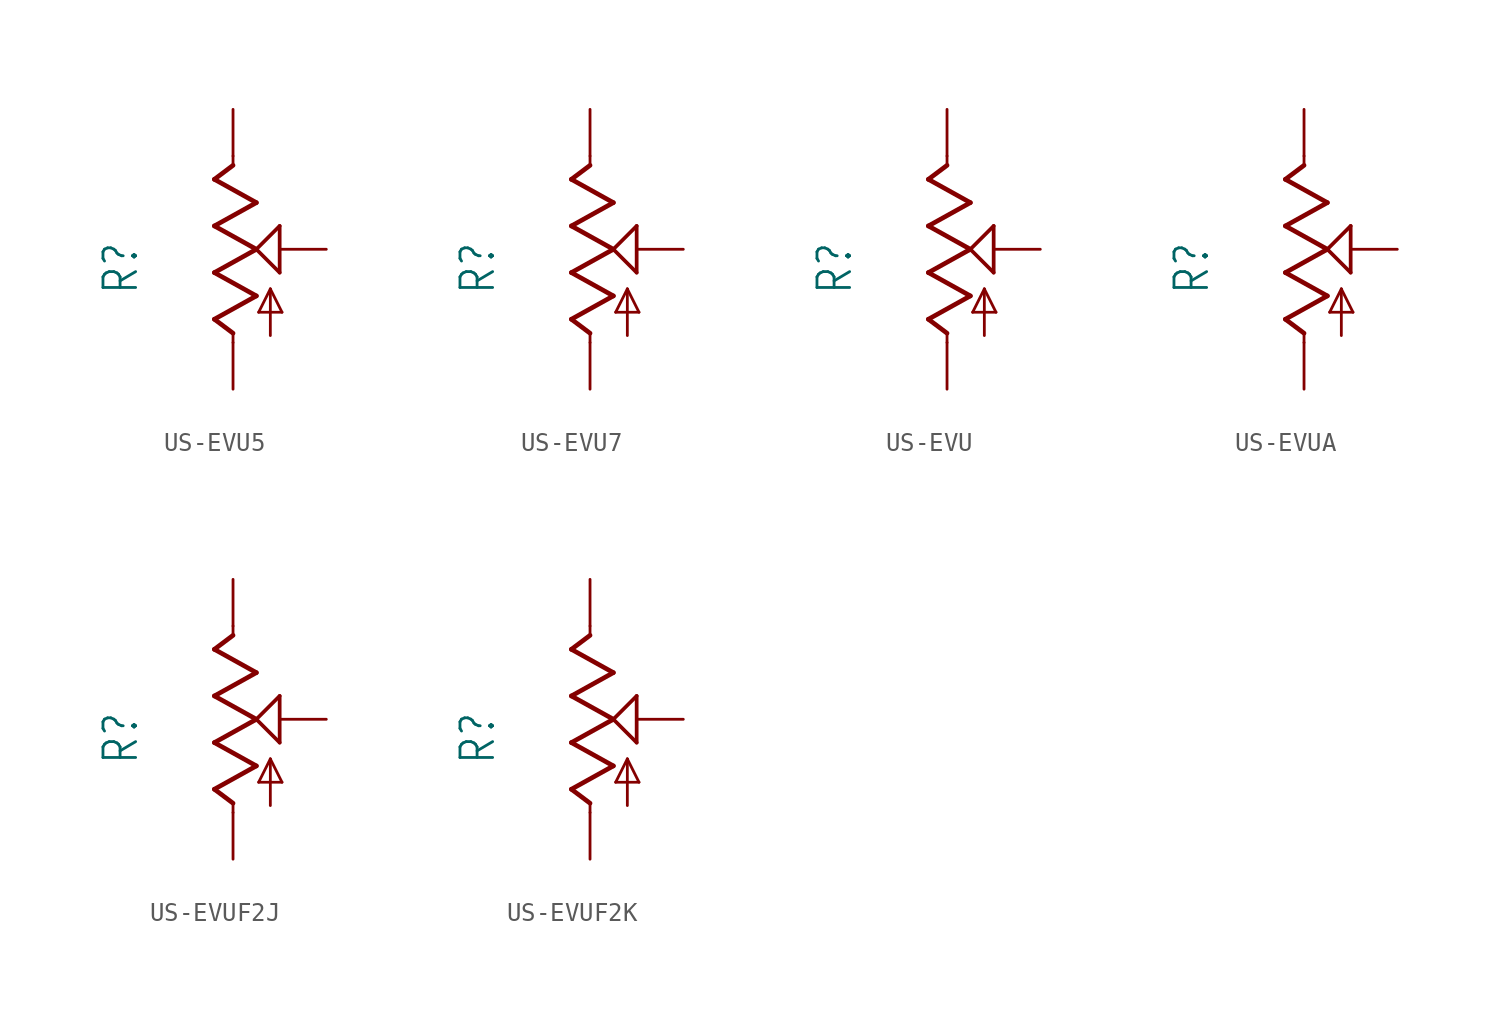
<source format=kicad_sym>
(kicad_symbol_lib
  (version 20220914)
  (generator kicad_symbol_editor)
  (symbol "US-EVU5"
    (property "Reference" "R"
      (at -5.08 -2.54 90)
      (effects (font (size 1.778 1.511)) (justify left bottom)))
    (property "Value" ""
      (at -2.54 -2.54 90)
      (effects (font (size 1.778 1.511)) (justify left bottom)))
    (property "ki_locked" ""
      (at 0 0 0)
      (effects (font (size 1.27 1.27))))
    (symbol "US-EVU5_1_0"
      (polyline (pts (xy -1.016 -3.81) (xy 1.27 -2.54)) (stroke (width 0.254) (type solid)) (fill (type none)))
      (polyline (pts (xy -1.016 -1.27) (xy 1.27 0)) (stroke (width 0.254) (type solid)) (fill (type none)))
      (polyline (pts (xy -1.016 1.27) (xy 1.27 2.54)) (stroke (width 0.254) (type solid)) (fill (type none)))
      (polyline (pts (xy -1.016 3.81) (xy 0 4.572)) (stroke (width 0.254) (type solid)) (fill (type none)))
      (polyline (pts (xy 0 -5.08) (xy 0 -4.572)) (stroke (width 0.152) (type solid)) (fill (type none)))
      (polyline (pts (xy 0 -4.572) (xy -1.016 -3.81)) (stroke (width 0.254) (type solid)) (fill (type none)))
      (polyline (pts (xy 0 4.572) (xy 0 5.08)) (stroke (width 0.152) (type solid)) (fill (type none)))
      (polyline (pts (xy 1.27 -2.54) (xy -1.016 -1.27)) (stroke (width 0.254) (type solid)) (fill (type none)))
      (polyline (pts (xy 1.27 0) (xy -1.016 1.27)) (stroke (width 0.254) (type solid)) (fill (type none)))
      (polyline (pts (xy 1.27 0) (xy 2.54 1.27)) (stroke (width 0.203) (type solid)) (fill (type none)))
      (polyline (pts (xy 1.27 2.54) (xy -1.016 3.81)) (stroke (width 0.254) (type solid)) (fill (type none)))
      (polyline (pts (xy 1.397 -3.429) (xy 2.032 -2.159)) (stroke (width 0.152) (type solid)) (fill (type none)))
      (polyline (pts (xy 2.032 -4.699) (xy 2.032 -2.159)) (stroke (width 0.152) (type solid)) (fill (type none)))
      (polyline (pts (xy 2.032 -2.159) (xy 2.667 -3.429)) (stroke (width 0.152) (type solid)) (fill (type none)))
      (polyline (pts (xy 2.54 -1.27) (xy 1.27 0)) (stroke (width 0.203) (type solid)) (fill (type none)))
      (polyline (pts (xy 2.54 1.27) (xy 2.54 -1.27)) (stroke (width 0.203) (type solid)) (fill (type none)))
      (polyline (pts (xy 2.667 -3.429) (xy 1.397 -3.429)) (stroke (width 0.152) (type solid)) (fill (type none)))
      (pin passive line (at 0 -7.62 90) (length 2.54) (name "A" (effects (font (size 0 0)))) (number "1" (effects (font (size 0 0)))))
      (pin passive line (at 5.08 0 180) (length 2.54) (name "S" (effects (font (size 0 0)))) (number "2" (effects (font (size 0 0)))))
      (pin passive line (at 0 7.62 270) (length 2.54) (name "E" (effects (font (size 0 0)))) (number "3" (effects (font (size 0 0)))))))
  (symbol "US-EVU7"
    (property "Reference" "R"
      (at -5.08 -2.54 90)
      (effects (font (size 1.778 1.511)) (justify left bottom)))
    (property "Value" ""
      (at -2.54 -2.54 90)
      (effects (font (size 1.778 1.511)) (justify left bottom)))
    (property "ki_locked" ""
      (at 0 0 0)
      (effects (font (size 1.27 1.27))))
    (symbol "US-EVU7_1_0"
      (polyline (pts (xy -1.016 -3.81) (xy 1.27 -2.54)) (stroke (width 0.254) (type solid)) (fill (type none)))
      (polyline (pts (xy -1.016 -1.27) (xy 1.27 0)) (stroke (width 0.254) (type solid)) (fill (type none)))
      (polyline (pts (xy -1.016 1.27) (xy 1.27 2.54)) (stroke (width 0.254) (type solid)) (fill (type none)))
      (polyline (pts (xy -1.016 3.81) (xy 0 4.572)) (stroke (width 0.254) (type solid)) (fill (type none)))
      (polyline (pts (xy 0 -5.08) (xy 0 -4.572)) (stroke (width 0.152) (type solid)) (fill (type none)))
      (polyline (pts (xy 0 -4.572) (xy -1.016 -3.81)) (stroke (width 0.254) (type solid)) (fill (type none)))
      (polyline (pts (xy 0 4.572) (xy 0 5.08)) (stroke (width 0.152) (type solid)) (fill (type none)))
      (polyline (pts (xy 1.27 -2.54) (xy -1.016 -1.27)) (stroke (width 0.254) (type solid)) (fill (type none)))
      (polyline (pts (xy 1.27 0) (xy -1.016 1.27)) (stroke (width 0.254) (type solid)) (fill (type none)))
      (polyline (pts (xy 1.27 0) (xy 2.54 1.27)) (stroke (width 0.203) (type solid)) (fill (type none)))
      (polyline (pts (xy 1.27 2.54) (xy -1.016 3.81)) (stroke (width 0.254) (type solid)) (fill (type none)))
      (polyline (pts (xy 1.397 -3.429) (xy 2.032 -2.159)) (stroke (width 0.152) (type solid)) (fill (type none)))
      (polyline (pts (xy 2.032 -4.699) (xy 2.032 -2.159)) (stroke (width 0.152) (type solid)) (fill (type none)))
      (polyline (pts (xy 2.032 -2.159) (xy 2.667 -3.429)) (stroke (width 0.152) (type solid)) (fill (type none)))
      (polyline (pts (xy 2.54 -1.27) (xy 1.27 0)) (stroke (width 0.203) (type solid)) (fill (type none)))
      (polyline (pts (xy 2.54 1.27) (xy 2.54 -1.27)) (stroke (width 0.203) (type solid)) (fill (type none)))
      (polyline (pts (xy 2.667 -3.429) (xy 1.397 -3.429)) (stroke (width 0.152) (type solid)) (fill (type none)))
      (pin passive line (at 0 -7.62 90) (length 2.54) (name "A" (effects (font (size 0 0)))) (number "1" (effects (font (size 0 0)))))
      (pin passive line (at 5.08 0 180) (length 2.54) (name "S" (effects (font (size 0 0)))) (number "2" (effects (font (size 0 0)))))
      (pin passive line (at 0 7.62 270) (length 2.54) (name "E" (effects (font (size 0 0)))) (number "3" (effects (font (size 0 0)))))))
  (symbol "US-EVU"
    (property "Reference" "R"
      (at -5.08 -2.54 90)
      (effects (font (size 1.778 1.511)) (justify left bottom)))
    (property "Value" ""
      (at -2.54 -2.54 90)
      (effects (font (size 1.778 1.511)) (justify left bottom)))
    (property "ki_locked" ""
      (at 0 0 0)
      (effects (font (size 1.27 1.27))))
    (symbol "US-EVU_1_0"
      (polyline (pts (xy -1.016 -3.81) (xy 1.27 -2.54)) (stroke (width 0.254) (type solid)) (fill (type none)))
      (polyline (pts (xy -1.016 -1.27) (xy 1.27 0)) (stroke (width 0.254) (type solid)) (fill (type none)))
      (polyline (pts (xy -1.016 1.27) (xy 1.27 2.54)) (stroke (width 0.254) (type solid)) (fill (type none)))
      (polyline (pts (xy -1.016 3.81) (xy 0 4.572)) (stroke (width 0.254) (type solid)) (fill (type none)))
      (polyline (pts (xy 0 -5.08) (xy 0 -4.572)) (stroke (width 0.152) (type solid)) (fill (type none)))
      (polyline (pts (xy 0 -4.572) (xy -1.016 -3.81)) (stroke (width 0.254) (type solid)) (fill (type none)))
      (polyline (pts (xy 0 4.572) (xy 0 5.08)) (stroke (width 0.152) (type solid)) (fill (type none)))
      (polyline (pts (xy 1.27 -2.54) (xy -1.016 -1.27)) (stroke (width 0.254) (type solid)) (fill (type none)))
      (polyline (pts (xy 1.27 0) (xy -1.016 1.27)) (stroke (width 0.254) (type solid)) (fill (type none)))
      (polyline (pts (xy 1.27 0) (xy 2.54 1.27)) (stroke (width 0.203) (type solid)) (fill (type none)))
      (polyline (pts (xy 1.27 2.54) (xy -1.016 3.81)) (stroke (width 0.254) (type solid)) (fill (type none)))
      (polyline (pts (xy 1.397 -3.429) (xy 2.032 -2.159)) (stroke (width 0.152) (type solid)) (fill (type none)))
      (polyline (pts (xy 2.032 -4.699) (xy 2.032 -2.159)) (stroke (width 0.152) (type solid)) (fill (type none)))
      (polyline (pts (xy 2.032 -2.159) (xy 2.667 -3.429)) (stroke (width 0.152) (type solid)) (fill (type none)))
      (polyline (pts (xy 2.54 -1.27) (xy 1.27 0)) (stroke (width 0.203) (type solid)) (fill (type none)))
      (polyline (pts (xy 2.54 1.27) (xy 2.54 -1.27)) (stroke (width 0.203) (type solid)) (fill (type none)))
      (polyline (pts (xy 2.667 -3.429) (xy 1.397 -3.429)) (stroke (width 0.152) (type solid)) (fill (type none)))
      (pin passive line (at 0 -7.62 90) (length 2.54) (name "A" (effects (font (size 0 0)))) (number "1" (effects (font (size 0 0)))))
      (pin passive line (at 5.08 0 180) (length 2.54) (name "S" (effects (font (size 0 0)))) (number "2" (effects (font (size 0 0)))))
      (pin passive line (at 0 7.62 270) (length 2.54) (name "E" (effects (font (size 0 0)))) (number "3" (effects (font (size 0 0)))))))
  (symbol "US-EVUA"
    (property "Reference" "R"
      (at -5.08 -2.54 90)
      (effects (font (size 1.778 1.511)) (justify left bottom)))
    (property "Value" ""
      (at -2.54 -2.54 90)
      (effects (font (size 1.778 1.511)) (justify left bottom)))
    (property "ki_locked" ""
      (at 0 0 0)
      (effects (font (size 1.27 1.27))))
    (symbol "US-EVUA_1_0"
      (polyline (pts (xy -1.016 -3.81) (xy 1.27 -2.54)) (stroke (width 0.254) (type solid)) (fill (type none)))
      (polyline (pts (xy -1.016 -1.27) (xy 1.27 0)) (stroke (width 0.254) (type solid)) (fill (type none)))
      (polyline (pts (xy -1.016 1.27) (xy 1.27 2.54)) (stroke (width 0.254) (type solid)) (fill (type none)))
      (polyline (pts (xy -1.016 3.81) (xy 0 4.572)) (stroke (width 0.254) (type solid)) (fill (type none)))
      (polyline (pts (xy 0 -5.08) (xy 0 -4.572)) (stroke (width 0.152) (type solid)) (fill (type none)))
      (polyline (pts (xy 0 -4.572) (xy -1.016 -3.81)) (stroke (width 0.254) (type solid)) (fill (type none)))
      (polyline (pts (xy 0 4.572) (xy 0 5.08)) (stroke (width 0.152) (type solid)) (fill (type none)))
      (polyline (pts (xy 1.27 -2.54) (xy -1.016 -1.27)) (stroke (width 0.254) (type solid)) (fill (type none)))
      (polyline (pts (xy 1.27 0) (xy -1.016 1.27)) (stroke (width 0.254) (type solid)) (fill (type none)))
      (polyline (pts (xy 1.27 0) (xy 2.54 1.27)) (stroke (width 0.203) (type solid)) (fill (type none)))
      (polyline (pts (xy 1.27 2.54) (xy -1.016 3.81)) (stroke (width 0.254) (type solid)) (fill (type none)))
      (polyline (pts (xy 1.397 -3.429) (xy 2.032 -2.159)) (stroke (width 0.152) (type solid)) (fill (type none)))
      (polyline (pts (xy 2.032 -4.699) (xy 2.032 -2.159)) (stroke (width 0.152) (type solid)) (fill (type none)))
      (polyline (pts (xy 2.032 -2.159) (xy 2.667 -3.429)) (stroke (width 0.152) (type solid)) (fill (type none)))
      (polyline (pts (xy 2.54 -1.27) (xy 1.27 0)) (stroke (width 0.203) (type solid)) (fill (type none)))
      (polyline (pts (xy 2.54 1.27) (xy 2.54 -1.27)) (stroke (width 0.203) (type solid)) (fill (type none)))
      (polyline (pts (xy 2.667 -3.429) (xy 1.397 -3.429)) (stroke (width 0.152) (type solid)) (fill (type none)))
      (pin passive line (at 0 -7.62 90) (length 2.54) (name "A" (effects (font (size 0 0)))) (number "1" (effects (font (size 0 0)))))
      (pin passive line (at 5.08 0 180) (length 2.54) (name "S" (effects (font (size 0 0)))) (number "2" (effects (font (size 0 0)))))
      (pin passive line (at 0 7.62 270) (length 2.54) (name "E" (effects (font (size 0 0)))) (number "3" (effects (font (size 0 0)))))))
  (symbol "US-EVUF2J"
    (property "Reference" "R"
      (at -5.08 -2.54 90)
      (effects (font (size 1.778 1.511)) (justify left bottom)))
    (property "Value" ""
      (at -2.54 -2.54 90)
      (effects (font (size 1.778 1.511)) (justify left bottom)))
    (property "ki_locked" ""
      (at 0 0 0)
      (effects (font (size 1.27 1.27))))
    (symbol "US-EVUF2J_1_0"
      (polyline (pts (xy -1.016 -3.81) (xy 1.27 -2.54)) (stroke (width 0.254) (type solid)) (fill (type none)))
      (polyline (pts (xy -1.016 -1.27) (xy 1.27 0)) (stroke (width 0.254) (type solid)) (fill (type none)))
      (polyline (pts (xy -1.016 1.27) (xy 1.27 2.54)) (stroke (width 0.254) (type solid)) (fill (type none)))
      (polyline (pts (xy -1.016 3.81) (xy 0 4.572)) (stroke (width 0.254) (type solid)) (fill (type none)))
      (polyline (pts (xy 0 -5.08) (xy 0 -4.572)) (stroke (width 0.152) (type solid)) (fill (type none)))
      (polyline (pts (xy 0 -4.572) (xy -1.016 -3.81)) (stroke (width 0.254) (type solid)) (fill (type none)))
      (polyline (pts (xy 0 4.572) (xy 0 5.08)) (stroke (width 0.152) (type solid)) (fill (type none)))
      (polyline (pts (xy 1.27 -2.54) (xy -1.016 -1.27)) (stroke (width 0.254) (type solid)) (fill (type none)))
      (polyline (pts (xy 1.27 0) (xy -1.016 1.27)) (stroke (width 0.254) (type solid)) (fill (type none)))
      (polyline (pts (xy 1.27 0) (xy 2.54 1.27)) (stroke (width 0.203) (type solid)) (fill (type none)))
      (polyline (pts (xy 1.27 2.54) (xy -1.016 3.81)) (stroke (width 0.254) (type solid)) (fill (type none)))
      (polyline (pts (xy 1.397 -3.429) (xy 2.032 -2.159)) (stroke (width 0.152) (type solid)) (fill (type none)))
      (polyline (pts (xy 2.032 -4.699) (xy 2.032 -2.159)) (stroke (width 0.152) (type solid)) (fill (type none)))
      (polyline (pts (xy 2.032 -2.159) (xy 2.667 -3.429)) (stroke (width 0.152) (type solid)) (fill (type none)))
      (polyline (pts (xy 2.54 -1.27) (xy 1.27 0)) (stroke (width 0.203) (type solid)) (fill (type none)))
      (polyline (pts (xy 2.54 1.27) (xy 2.54 -1.27)) (stroke (width 0.203) (type solid)) (fill (type none)))
      (polyline (pts (xy 2.667 -3.429) (xy 1.397 -3.429)) (stroke (width 0.152) (type solid)) (fill (type none)))
      (pin passive line (at 0 -7.62 90) (length 2.54) (name "A" (effects (font (size 0 0)))) (number "1" (effects (font (size 0 0)))))
      (pin passive line (at 5.08 0 180) (length 2.54) (name "S" (effects (font (size 0 0)))) (number "2" (effects (font (size 0 0)))))
      (pin passive line (at 0 7.62 270) (length 2.54) (name "E" (effects (font (size 0 0)))) (number "3" (effects (font (size 0 0)))))))
  (symbol "US-EVUF2K"
    (property "Reference" "R"
      (at -5.08 -2.54 90)
      (effects (font (size 1.778 1.511)) (justify left bottom)))
    (property "Value" ""
      (at -2.54 -2.54 90)
      (effects (font (size 1.778 1.511)) (justify left bottom)))
    (property "ki_locked" ""
      (at 0 0 0)
      (effects (font (size 1.27 1.27))))
    (symbol "US-EVUF2K_1_0"
      (polyline (pts (xy -1.016 -3.81) (xy 1.27 -2.54)) (stroke (width 0.254) (type solid)) (fill (type none)))
      (polyline (pts (xy -1.016 -1.27) (xy 1.27 0)) (stroke (width 0.254) (type solid)) (fill (type none)))
      (polyline (pts (xy -1.016 1.27) (xy 1.27 2.54)) (stroke (width 0.254) (type solid)) (fill (type none)))
      (polyline (pts (xy -1.016 3.81) (xy 0 4.572)) (stroke (width 0.254) (type solid)) (fill (type none)))
      (polyline (pts (xy 0 -5.08) (xy 0 -4.572)) (stroke (width 0.152) (type solid)) (fill (type none)))
      (polyline (pts (xy 0 -4.572) (xy -1.016 -3.81)) (stroke (width 0.254) (type solid)) (fill (type none)))
      (polyline (pts (xy 0 4.572) (xy 0 5.08)) (stroke (width 0.152) (type solid)) (fill (type none)))
      (polyline (pts (xy 1.27 -2.54) (xy -1.016 -1.27)) (stroke (width 0.254) (type solid)) (fill (type none)))
      (polyline (pts (xy 1.27 0) (xy -1.016 1.27)) (stroke (width 0.254) (type solid)) (fill (type none)))
      (polyline (pts (xy 1.27 0) (xy 2.54 1.27)) (stroke (width 0.203) (type solid)) (fill (type none)))
      (polyline (pts (xy 1.27 2.54) (xy -1.016 3.81)) (stroke (width 0.254) (type solid)) (fill (type none)))
      (polyline (pts (xy 1.397 -3.429) (xy 2.032 -2.159)) (stroke (width 0.152) (type solid)) (fill (type none)))
      (polyline (pts (xy 2.032 -4.699) (xy 2.032 -2.159)) (stroke (width 0.152) (type solid)) (fill (type none)))
      (polyline (pts (xy 2.032 -2.159) (xy 2.667 -3.429)) (stroke (width 0.152) (type solid)) (fill (type none)))
      (polyline (pts (xy 2.54 -1.27) (xy 1.27 0)) (stroke (width 0.203) (type solid)) (fill (type none)))
      (polyline (pts (xy 2.54 1.27) (xy 2.54 -1.27)) (stroke (width 0.203) (type solid)) (fill (type none)))
      (polyline (pts (xy 2.667 -3.429) (xy 1.397 -3.429)) (stroke (width 0.152) (type solid)) (fill (type none)))
      (pin passive line (at 0 -7.62 90) (length 2.54) (name "A" (effects (font (size 0 0)))) (number "1" (effects (font (size 0 0)))))
      (pin passive line (at 5.08 0 180) (length 2.54) (name "S" (effects (font (size 0 0)))) (number "2" (effects (font (size 0 0)))))
      (pin passive line (at 0 7.62 270) (length 2.54) (name "E" (effects (font (size 0 0)))) (number "3" (effects (font (size 0 0))))))))
</source>
